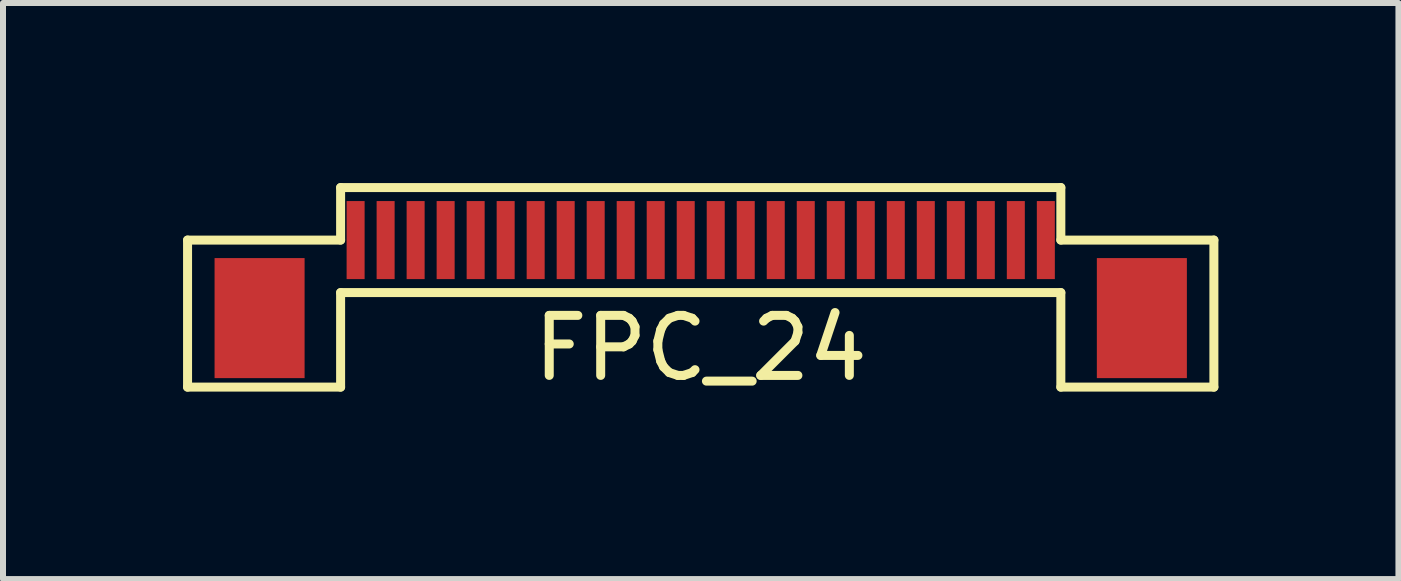
<source format=kicad_pcb>
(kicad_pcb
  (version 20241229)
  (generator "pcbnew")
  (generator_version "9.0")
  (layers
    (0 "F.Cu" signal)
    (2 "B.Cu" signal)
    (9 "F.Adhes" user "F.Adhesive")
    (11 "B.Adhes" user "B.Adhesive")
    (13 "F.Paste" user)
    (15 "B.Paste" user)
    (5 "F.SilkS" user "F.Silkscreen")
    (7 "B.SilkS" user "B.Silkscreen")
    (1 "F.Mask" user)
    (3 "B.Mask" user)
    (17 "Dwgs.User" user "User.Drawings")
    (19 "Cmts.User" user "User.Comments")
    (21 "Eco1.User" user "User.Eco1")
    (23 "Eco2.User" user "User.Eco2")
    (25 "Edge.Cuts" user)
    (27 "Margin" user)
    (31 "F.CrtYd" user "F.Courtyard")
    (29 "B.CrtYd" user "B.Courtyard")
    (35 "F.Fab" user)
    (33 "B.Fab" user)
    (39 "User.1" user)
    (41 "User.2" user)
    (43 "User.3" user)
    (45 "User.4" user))
  (footprint "FPC_24"
    (layer "F.Cu")
    (at 8.625 0.95)
    (property "Reference" "FPC_24" (at 0 1.8 0) (layer "F.SilkS") (effects (font (size 1 1) (thickness 0.15))))
    (attr smd)
    (fp_line (start -8.55 0) (end -6 0) (stroke (width 0.15) (type solid)) (layer "F.SilkS"))
    (fp_line (start -8.55 2.45) (end -8.55 0) (stroke (width 0.15) (type solid)) (layer "F.SilkS"))
    (fp_line (start -6 -0.875) (end 6 -0.875) (stroke (width 0.15) (type solid)) (layer "F.SilkS"))
    (fp_line (start -6 0) (end -6 -0.875) (stroke (width 0.15) (type solid)) (layer "F.SilkS"))
    (fp_line (start -6 0.875) (end -6 2.45) (stroke (width 0.15) (type solid)) (layer "F.SilkS"))
    (fp_line (start -6 0.875) (end 6 0.875) (stroke (width 0.15) (type solid)) (layer "F.SilkS"))
    (fp_line (start -6 2.45) (end -8.55 2.45) (stroke (width 0.15) (type solid)) (layer "F.SilkS"))
    (fp_line (start 6 0) (end 6 -0.875) (stroke (width 0.15) (type solid)) (layer "F.SilkS"))
    (fp_line (start 6 0.875) (end 6 2.45) (stroke (width 0.15) (type solid)) (layer "F.SilkS"))
    (fp_line (start 6 2.45) (end 8.55 2.45) (stroke (width 0.15) (type solid)) (layer "F.SilkS"))
    (fp_line (start 8.55 0) (end 6 0) (stroke (width 0.15) (type solid)) (layer "F.SilkS"))
    (fp_line (start 8.55 2.45) (end 8.55 0) (stroke (width 0.15) (type solid)) (layer "F.SilkS"))
    (pad "0" smd rect (at -7.35 1.3) (size 1.5 2) (layers "F.Cu" "F.Mask" "F.Paste"))
    (pad "0" smd rect (at 7.35 1.3) (size 1.5 2) (layers "F.Cu" "F.Mask" "F.Paste"))
    (pad "1" smd rect (at -5.75 0) (size 0.3 1.3) (layers "F.Cu" "F.Mask" "F.Paste"))
    (pad "2" smd rect (at -5.25 0) (size 0.3 1.3) (layers "F.Cu" "F.Mask" "F.Paste"))
    (pad "3" smd rect (at -4.75 0) (size 0.3 1.3) (layers "F.Cu" "F.Mask" "F.Paste"))
    (pad "4" smd rect (at -4.25 0) (size 0.3 1.3) (layers "F.Cu" "F.Mask" "F.Paste"))
    (pad "5" smd rect (at -3.75 0) (size 0.3 1.3) (layers "F.Cu" "F.Mask" "F.Paste"))
    (pad "6" smd rect (at -3.25 0) (size 0.3 1.3) (layers "F.Cu" "F.Mask" "F.Paste"))
    (pad "7" smd rect (at -2.75 0) (size 0.3 1.3) (layers "F.Cu" "F.Mask" "F.Paste"))
    (pad "8" smd rect (at -2.25 0) (size 0.3 1.3) (layers "F.Cu" "F.Mask" "F.Paste"))
    (pad "9" smd rect (at -1.75 0) (size 0.3 1.3) (layers "F.Cu" "F.Mask" "F.Paste"))
    (pad "10" smd rect (at -1.25 0) (size 0.3 1.3) (layers "F.Cu" "F.Mask" "F.Paste"))
    (pad "11" smd rect (at -0.75 0) (size 0.3 1.3) (layers "F.Cu" "F.Mask" "F.Paste"))
    (pad "12" smd rect (at -0.25 0) (size 0.3 1.3) (layers "F.Cu" "F.Mask" "F.Paste"))
    (pad "13" smd rect (at 0.25 0) (size 0.3 1.3) (layers "F.Cu" "F.Mask" "F.Paste"))
    (pad "14" smd rect (at 0.75 0) (size 0.3 1.3) (layers "F.Cu" "F.Mask" "F.Paste"))
    (pad "15" smd rect (at 1.25 0) (size 0.3 1.3) (layers "F.Cu" "F.Mask" "F.Paste"))
    (pad "16" smd rect (at 1.75 0) (size 0.3 1.3) (layers "F.Cu" "F.Mask" "F.Paste"))
    (pad "17" smd rect (at 2.25 0) (size 0.3 1.3) (layers "F.Cu" "F.Mask" "F.Paste"))
    (pad "18" smd rect (at 2.75 0) (size 0.3 1.3) (layers "F.Cu" "F.Mask" "F.Paste"))
    (pad "19" smd rect (at 3.25 0) (size 0.3 1.3) (layers "F.Cu" "F.Mask" "F.Paste"))
    (pad "20" smd rect (at 3.75 0) (size 0.3 1.3) (layers "F.Cu" "F.Mask" "F.Paste"))
    (pad "21" smd rect (at 4.25 0) (size 0.3 1.3) (layers "F.Cu" "F.Mask" "F.Paste"))
    (pad "22" smd rect (at 4.75 0) (size 0.3 1.3) (layers "F.Cu" "F.Mask" "F.Paste"))
    (pad "23" smd rect (at 5.25 0) (size 0.3 1.3) (layers "F.Cu" "F.Mask" "F.Paste"))
    (pad "24" smd rect (at 5.75 0) (size 0.3 1.3) (layers "F.Cu" "F.Mask" "F.Paste")))
  (gr_rect
    (start -3 -3)
    (end 20.25 6.598)
    (stroke (width 0.1) (type default))
    (fill no)
    (layer "Edge.Cuts")))
</source>
